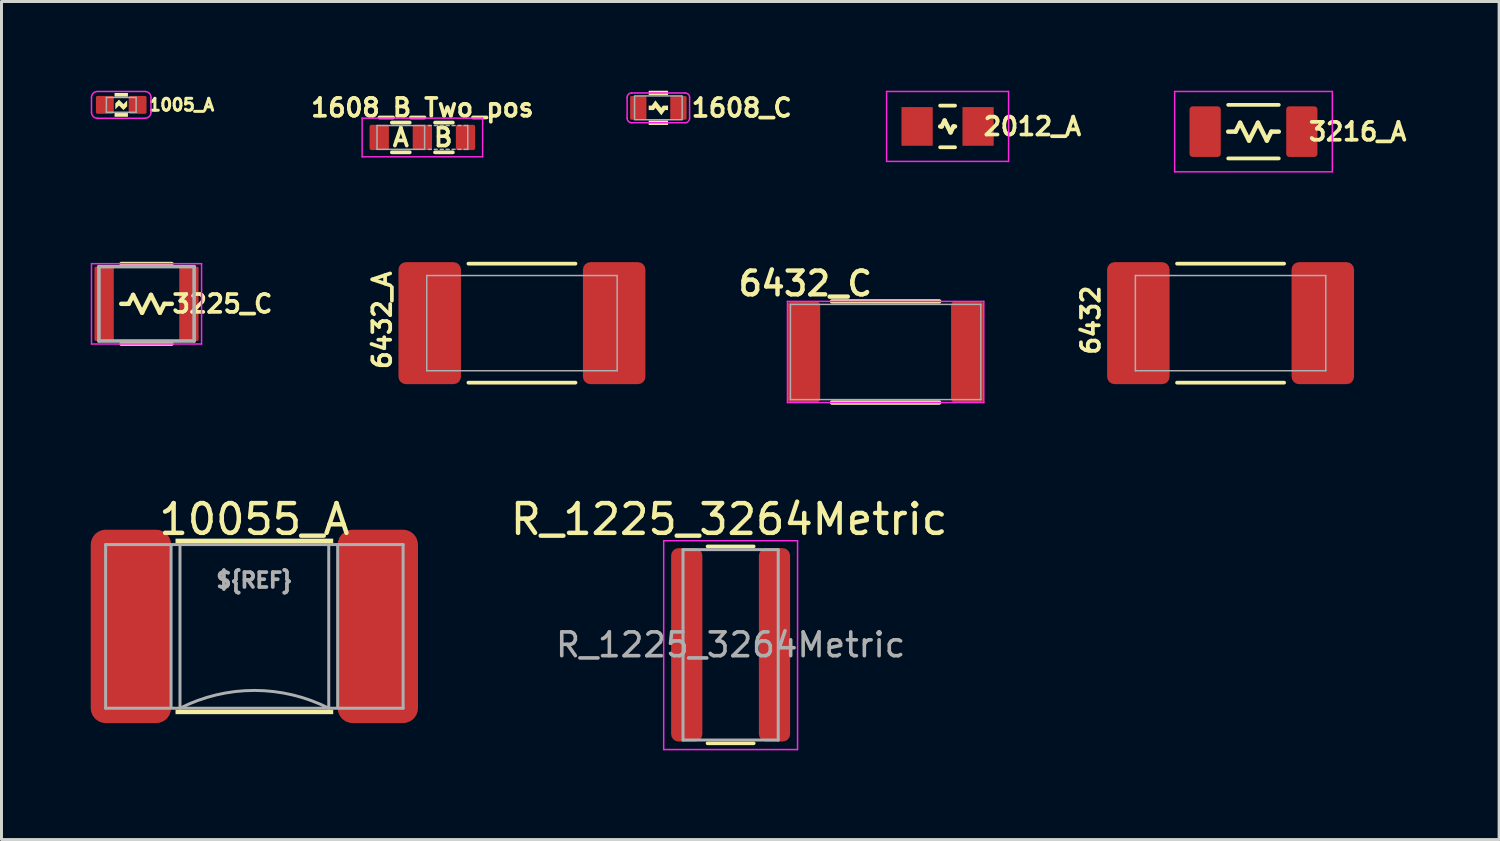
<source format=kicad_pcb>
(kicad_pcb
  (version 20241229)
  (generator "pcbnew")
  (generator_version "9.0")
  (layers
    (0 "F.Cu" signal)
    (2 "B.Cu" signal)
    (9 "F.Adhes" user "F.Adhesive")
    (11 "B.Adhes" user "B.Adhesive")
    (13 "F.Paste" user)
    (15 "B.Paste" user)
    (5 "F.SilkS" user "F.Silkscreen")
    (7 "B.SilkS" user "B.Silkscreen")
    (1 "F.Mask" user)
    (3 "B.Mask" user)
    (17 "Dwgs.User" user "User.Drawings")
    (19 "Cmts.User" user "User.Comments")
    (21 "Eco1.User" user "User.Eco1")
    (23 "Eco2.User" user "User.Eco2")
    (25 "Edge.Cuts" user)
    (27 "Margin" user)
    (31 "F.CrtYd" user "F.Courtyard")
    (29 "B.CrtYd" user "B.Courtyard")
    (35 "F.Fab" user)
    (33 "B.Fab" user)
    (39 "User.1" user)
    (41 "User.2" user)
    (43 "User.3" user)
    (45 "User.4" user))
  (footprint "10055_A"
    (layer "F.Cu")
    (at 5.5 18.005)
    (property "Reference" "10055_A" (at 0 -3.6 0) (unlocked yes) (layer "F.SilkS") (effects (font (size 1 1) (thickness 0.15))))
    (attr smd)
    (fp_rect (start -2.65 -2.8) (end 2.65 -2.95) (stroke (width 0) (type solid)) (fill yes) (layer "F.SilkS"))
    (fp_rect (start -2.65 2.95) (end 2.65 2.8) (stroke (width 0) (type solid)) (fill yes) (layer "F.SilkS"))
    (fp_line (start -5 -2.75) (end 5 -2.75) (stroke (width 0.1) (type solid)) (layer "F.Fab"))
    (fp_line (start -5 2.75) (end -5 -2.75) (stroke (width 0.1) (type solid)) (layer "F.Fab"))
    (fp_line (start -2.8 -2.7) (end -2.8 2.7) (stroke (width 0.1) (type solid)) (layer "F.Fab"))
    (fp_line (start -2.5 -2.75) (end -2.5 2.75) (stroke (width 0.1) (type solid)) (layer "F.Fab"))
    (fp_line (start 2.5 -2.75) (end 2.5 2.75) (stroke (width 0.1) (type solid)) (layer "F.Fab"))
    (fp_line (start 2.8 -2.75) (end 2.8 2.7) (stroke (width 0.1) (type solid)) (layer "F.Fab"))
    (fp_line (start 5 -2.75) (end 5 2.75) (stroke (width 0.1) (type solid)) (layer "F.Fab"))
    (fp_line (start 5 2.75) (end -5 2.75) (stroke (width 0.1) (type solid)) (layer "F.Fab"))
    (fp_arc (start -2.5 2.75) (mid 0 2.15228) (end 2.5 2.75) (stroke (width 0.1) (type solid)) (layer "F.Fab"))
    (fp_text user "${REF}" (at 0 -1.55 0) (unlocked yes) (layer "F.Fab") (effects (font (size 0.5 0.5) (thickness 0.125))))
    (pad "1" smd roundrect (at -4.15 0) (size 2.7 6.5) (layers "F.Cu" "F.Mask" "F.Paste") (roundrect_rratio 0.185))
    (pad "2" smd roundrect (at 4.15 0) (size 2.7 6.5) (layers "F.Cu" "F.Mask" "F.Paste") (roundrect_rratio 0.185)))
  (footprint "3216_A"
    (layer "F.Cu")
    (at 39.083 1.375)
    (property "Reference" "3216_A" (at 3.5 0 0) (layer "F.SilkS") (effects (font (size 0.6 0.6) (thickness 0.125))))
    (attr smd)
    (fp_line (start -0.85 -0.9) (end 0.85 -0.9) (stroke (width 0.127) (type solid)) (layer "F.SilkS"))
    (fp_line (start -0.85 0) (end -0.6 0) (stroke (width 0.15) (type solid)) (layer "F.SilkS"))
    (fp_line (start -0.85 0.9) (end 0.85 0.9) (stroke (width 0.127) (type solid)) (layer "F.SilkS"))
    (fp_line (start -0.6 0) (end -0.45 -0.3) (stroke (width 0.15) (type solid)) (layer "F.SilkS"))
    (fp_line (start -0.45 -0.3) (end -0.15 0.3) (stroke (width 0.15) (type solid)) (layer "F.SilkS"))
    (fp_line (start -0.15 0.3) (end 0.15 -0.3) (stroke (width 0.15) (type solid)) (layer "F.SilkS"))
    (fp_line (start 0.15 -0.3) (end 0.45 0.3) (stroke (width 0.15) (type solid)) (layer "F.SilkS"))
    (fp_line (start 0.45 0.3) (end 0.6 0) (stroke (width 0.15) (type solid)) (layer "F.SilkS"))
    (fp_line (start 0.6 0) (end 0.85 0) (stroke (width 0.15) (type solid)) (layer "F.SilkS"))
    (fp_line (start -2.65 -1.35) (end -2.65 1.35) (stroke (width 0.05) (type solid)) (layer "F.CrtYd"))
    (fp_line (start -2.65 -1.35) (end 2.65 -1.35) (stroke (width 0.05) (type solid)) (layer "F.CrtYd"))
    (fp_line (start 2.65 -1.35) (end 2.65 1.35) (stroke (width 0.05) (type solid)) (layer "F.CrtYd"))
    (fp_line (start 2.65 1.35) (end -2.65 1.35) (stroke (width 0.05) (type solid)) (layer "F.CrtYd"))
    (pad "1" smd roundrect (at -1.625 0) (size 1.05 1.7) (layers "F.Cu" "F.Mask" "F.Paste") (roundrect_rratio 0.1))
    (pad "2" smd roundrect (at 1.625 0) (size 1.05 1.7) (layers "F.Cu" "F.Mask" "F.Paste") (roundrect_rratio 0.1)))
  (footprint "6432_A"
    (layer "F.Cu")
    (at 14.494 7.812)
    (property "Reference" "6432_A" (at -4.7 -0.1 90) (layer "F.SilkS") (effects (font (size 0.6 0.6) (thickness 0.125))))
    (attr through_hole)
    (fp_line (start -1.8 -2) (end 1.8 -2) (stroke (width 0.125) (type solid)) (layer "F.SilkS"))
    (fp_line (start -1.8 2) (end 1.8 2) (stroke (width 0.125) (type solid)) (layer "F.SilkS"))
    (fp_line (start -3.2 -1.6) (end 3.2 -1.6) (stroke (width 0.05) (type solid)) (layer "F.Fab"))
    (fp_line (start -3.2 1.6) (end -3.2 -1.6) (stroke (width 0.05) (type solid)) (layer "F.Fab"))
    (fp_line (start 3.2 -1.6) (end 3.2 1.6) (stroke (width 0.05) (type solid)) (layer "F.Fab"))
    (fp_line (start 3.2 1.6) (end -3.2 1.6) (stroke (width 0.05) (type solid)) (layer "F.Fab"))
    (pad "1" smd roundrect (at -3.1 0) (size 2.1 4.1) (layers "F.Cu" "F.Mask" "F.Paste") (roundrect_rratio 0.119))
    (pad "2" smd roundrect (at 3.1 0) (size 2.1 4.1) (layers "F.Cu" "F.Mask" "F.Paste") (roundrect_rratio 0.119)))
  (footprint "1005_A"
    (layer "F.Cu")
    (at 1.025 0.475)
    (property "Reference" "1005_A" (at 0.875 0 0) (unlocked yes) (layer "F.SilkS") (effects (font (size 0.4 0.4) (thickness 0.1)) (justify left)))
    (attr smd)
    (fp_poly (pts (xy 0.225 -0.275) (xy -0.225 -0.275) (xy -0.225 -0.4) (xy 0.225 -0.4)) (stroke (width 0) (type solid)) (fill yes) (layer "F.SilkS"))
    (fp_poly (pts (xy 0.225 0.4) (xy -0.225 0.4) (xy -0.225 0.275) (xy 0.225 0.275)) (stroke (width 0) (type solid)) (fill yes) (layer "F.SilkS"))
    (fp_poly (pts (xy 0.075 -0.025) (xy 0.2 -0.15) (xy 0.2 0.05) (xy 0.075 0.175) (xy -0.075 0.025) (xy -0.2 0.15) (xy -0.2 -0.05) (xy -0.075 -0.175)) (stroke (width 0) (type solid)) (fill yes) (layer "F.SilkS"))
    (fp_line (start -1 0.25) (end -1 -0.25) (stroke (width 0.05) (type solid)) (layer "F.CrtYd"))
    (fp_line (start -0.8 -0.45) (end 0.8 -0.45) (stroke (width 0.05) (type solid)) (layer "F.CrtYd"))
    (fp_line (start 0.8 0.45) (end -0.8 0.45) (stroke (width 0.05) (type solid)) (layer "F.CrtYd"))
    (fp_line (start 1 -0.25) (end 1 0.25) (stroke (width 0.05) (type solid)) (layer "F.CrtYd"))
    (fp_arc (start -1 -0.25) (mid -0.941421 -0.391421) (end -0.8 -0.45) (stroke (width 0.05) (type solid)) (layer "F.CrtYd"))
    (fp_arc (start -0.8 0.45) (mid -0.941421 0.391421) (end -1 0.25) (stroke (width 0.05) (type solid)) (layer "F.CrtYd"))
    (fp_arc (start 0.8 -0.45) (mid 0.941421 -0.391421) (end 1 -0.25) (stroke (width 0.05) (type solid)) (layer "F.CrtYd"))
    (fp_arc (start 1 0.25) (mid 0.941421 0.391421) (end 0.8 0.45) (stroke (width 0.05) (type solid)) (layer "F.CrtYd"))
    (fp_line (start -0.5 -0.25) (end 0.5 -0.25) (stroke (width 0.05) (type solid)) (layer "F.Fab"))
    (fp_line (start -0.5 0.25) (end -0.5 -0.25) (stroke (width 0.05) (type solid)) (layer "F.Fab"))
    (fp_line (start 0.5 -0.25) (end 0.5 0.25) (stroke (width 0.05) (type solid)) (layer "F.Fab"))
    (fp_line (start 0.5 0.25) (end -0.5 0.25) (stroke (width 0.05) (type solid)) (layer "F.Fab"))
    (pad "1" smd roundrect (at -0.55 0) (size 0.6 0.6) (layers "F.Cu" "F.Mask" "F.Paste") (roundrect_rratio 0.083))
    (pad "2" smd roundrect (at 0.55 0) (size 0.6 0.6) (layers "F.Cu" "F.Mask" "F.Paste") (roundrect_rratio 0.083)))
  (footprint "2012_A"
    (layer "F.Cu")
    (at 28.801 1.2)
    (property "Reference" "2012_A" (at 2.85 0 0) (layer "F.SilkS") (effects (font (size 0.6 0.6) (thickness 0.125))))
    (attr smd)
    (fp_line (start -0.25 -0.7) (end 0.25 -0.7) (stroke (width 0.127) (type solid)) (layer "F.SilkS"))
    (fp_line (start -0.25 0) (end -0.2 0) (stroke (width 0.15) (type solid)) (layer "F.SilkS"))
    (fp_line (start -0.25 0.7) (end 0.25 0.7) (stroke (width 0.127) (type solid)) (layer "F.SilkS"))
    (fp_line (start -0.2 0) (end -0.1 -0.2) (stroke (width 0.15) (type solid)) (layer "F.SilkS"))
    (fp_line (start -0.1 -0.2) (end 0.1 0.2) (stroke (width 0.15) (type solid)) (layer "F.SilkS"))
    (fp_line (start 0.1 0.2) (end 0.2 0) (stroke (width 0.15) (type solid)) (layer "F.SilkS"))
    (fp_line (start 0.2 0) (end 0.25 0) (stroke (width 0.15) (type solid)) (layer "F.SilkS"))
    (fp_line (start -2.05 -1.175) (end 2.05 -1.175) (stroke (width 0.05) (type solid)) (layer "F.CrtYd"))
    (fp_line (start -2.05 1.175) (end -2.05 -1.175) (stroke (width 0.05) (type solid)) (layer "F.CrtYd"))
    (fp_line (start 2.05 -1.175) (end 2.05 1.175) (stroke (width 0.05) (type solid)) (layer "F.CrtYd"))
    (fp_line (start 2.05 1.175) (end -2.05 1.175) (stroke (width 0.05) (type solid)) (layer "F.CrtYd"))
    (pad "1" smd rect (at -1.025 0) (size 1.05 1.3) (layers "F.Cu" "F.Mask" "F.Paste"))
    (pad "2" smd rect (at 1.025 0) (size 1.05 1.3) (layers "F.Cu" "F.Mask" "F.Paste")))
  (footprint "1608_B_Two_pos"
    (layer "F.Cu")
    (at 11.147 1.57)
    (property "Reference" "1608_B_Two_pos" (at 0 -1 0) (layer "F.SilkS") (effects (font (size 0.6 0.6) (thickness 0.125))))
    (attr smd)
    (fp_line (start -1.025 -0.5) (end -0.425 -0.5) (stroke (width 0.127) (type solid)) (layer "F.SilkS"))
    (fp_line (start -1.025 0.5) (end -0.425 0.5) (stroke (width 0.127) (type solid)) (layer "F.SilkS"))
    (fp_line (start 0.425 -0.5) (end 1.025 -0.5) (stroke (width 0.125) (type solid)) (layer "F.SilkS"))
    (fp_line (start 0.425 0.5) (end 1.025 0.5) (stroke (width 0.125) (type solid)) (layer "F.SilkS"))
    (fp_line (start -2.025 -0.65) (end 2.025 -0.65) (stroke (width 0.05) (type solid)) (layer "F.CrtYd"))
    (fp_line (start -2.025 0.65) (end -2.025 -0.65) (stroke (width 0.05) (type solid)) (layer "F.CrtYd"))
    (fp_line (start 2.025 -0.65) (end 2.025 0.65) (stroke (width 0.05) (type solid)) (layer "F.CrtYd"))
    (fp_line (start 2.025 0.65) (end -2.025 0.65) (stroke (width 0.05) (type solid)) (layer "F.CrtYd"))
    (fp_line (start -1.525 -0.4) (end -1.525 0.4) (stroke (width 0.05) (type solid)) (layer "F.Fab"))
    (fp_line (start -1.525 -0.4) (end 0.075 -0.4) (stroke (width 0.05) (type solid)) (layer "F.Fab"))
    (fp_line (start -1.525 0.4) (end 0.075 0.4) (stroke (width 0.05) (type solid)) (layer "F.Fab"))
    (fp_line (start 0.075 -0.4) (end 0.075 0.4) (stroke (width 0.05) (type solid)) (layer "F.Fab"))
    (fp_line (start 0.2 -0.4) (end 0.3 -0.4) (stroke (width 0.05) (type solid)) (layer "F.Fab"))
    (fp_line (start 0.2 0.4) (end 0.3 0.4) (stroke (width 0.05) (type solid)) (layer "F.Fab"))
    (fp_line (start 0.4 -0.4) (end 0.5 -0.4) (stroke (width 0.05) (type solid)) (layer "F.Fab"))
    (fp_line (start 0.4 0.4) (end 0.5 0.4) (stroke (width 0.05) (type solid)) (layer "F.Fab"))
    (fp_line (start 0.6 -0.4) (end 0.7 -0.4) (stroke (width 0.05) (type solid)) (layer "F.Fab"))
    (fp_line (start 0.6 0.4) (end 0.7 0.4) (stroke (width 0.05) (type solid)) (layer "F.Fab"))
    (fp_line (start 0.8 -0.4) (end 0.9 -0.4) (stroke (width 0.05) (type solid)) (layer "F.Fab"))
    (fp_line (start 0.8 0.4) (end 0.9 0.4) (stroke (width 0.05) (type solid)) (layer "F.Fab"))
    (fp_line (start 1 -0.4) (end 1.1 -0.4) (stroke (width 0.05) (type solid)) (layer "F.Fab"))
    (fp_line (start 1 0.4) (end 1.1 0.4) (stroke (width 0.05) (type solid)) (layer "F.Fab"))
    (fp_line (start 1.2 -0.4) (end 1.3 -0.4) (stroke (width 0.05) (type solid)) (layer "F.Fab"))
    (fp_line (start 1.2 0.4) (end 1.3 0.4) (stroke (width 0.05) (type solid)) (layer "F.Fab"))
    (fp_line (start 1.525 -0.4) (end 1.4 -0.4) (stroke (width 0.05) (type solid)) (layer "F.Fab"))
    (fp_line (start 1.525 -0.4) (end 1.525 0.4) (stroke (width 0.05) (type solid)) (layer "F.Fab"))
    (fp_line (start 1.525 0.4) (end 1.4 0.4) (stroke (width 0.05) (type solid)) (layer "F.Fab"))
    (fp_text user "B" (at 0.7 0 0) (layer "F.SilkS") (effects (font (size 0.6 0.6) (thickness 0.125))))
    (fp_text user "A" (at -0.725 0 0) (layer "F.SilkS") (effects (font (size 0.6 0.6) (thickness 0.125))))
    (pad "1" smd roundrect (at -1.45 0) (size 0.65 0.85) (layers "F.Cu" "F.Mask" "F.Paste") (roundrect_rratio 0.1))
    (pad "2" smd roundrect (at 0 0) (size 0.65 0.85) (layers "F.Cu" "F.Mask" "F.Paste") (roundrect_rratio 0.1))
    (pad "3" smd roundrect (at 1.45 0) (size 0.65 0.85) (layers "F.Cu" "F.Mask" "F.Paste") (roundrect_rratio 0.1)))
  (footprint "6432"
    (layer "F.Cu")
    (at 38.313 7.812)
    (property "Reference" "6432" (at -4.7 -0.1 90) (layer "F.SilkS") (effects (font (size 0.6 0.6) (thickness 0.125))))
    (attr through_hole)
    (fp_line (start -1.8 -2) (end 1.8 -2) (stroke (width 0.125) (type solid)) (layer "F.SilkS"))
    (fp_line (start -1.8 2) (end 1.8 2) (stroke (width 0.125) (type solid)) (layer "F.SilkS"))
    (fp_line (start -3.2 -1.6) (end 3.2 -1.6) (stroke (width 0.05) (type solid)) (layer "F.Fab"))
    (fp_line (start -3.2 1.6) (end -3.2 -1.6) (stroke (width 0.05) (type solid)) (layer "F.Fab"))
    (fp_line (start 3.2 -1.6) (end 3.2 1.6) (stroke (width 0.05) (type solid)) (layer "F.Fab"))
    (fp_line (start 3.2 1.6) (end -3.2 1.6) (stroke (width 0.05) (type solid)) (layer "F.Fab"))
    (pad "1" smd roundrect (at -3.1 0) (size 2.1 4.1) (layers "F.Cu" "F.Mask" "F.Paste") (roundrect_rratio 0.119))
    (pad "2" smd roundrect (at 3.1 0) (size 2.1 4.1) (layers "F.Cu" "F.Mask" "F.Paste") (roundrect_rratio 0.119)))
  (footprint "6432_C"
    (layer "F.Cu")
    (at 26.718 8.781)
    (property "Reference" "6432_C" (at -2.7 -2.3 0) (layer "F.SilkS") (effects (font (size 0.8 0.8) (thickness 0.15))))
    (attr smd)
    (fp_line (start -1.8 -1.7) (end 1.8 -1.7) (stroke (width 0.15) (type solid)) (layer "F.SilkS"))
    (fp_line (start -1.8 1.7) (end 1.8 1.7) (stroke (width 0.15) (type solid)) (layer "F.SilkS"))
    (fp_line (start -3.3 -1.7) (end 3.3 -1.7) (stroke (width 0.05) (type solid)) (layer "F.CrtYd"))
    (fp_line (start -3.3 1.7) (end -3.3 -1.7) (stroke (width 0.05) (type solid)) (layer "F.CrtYd"))
    (fp_line (start 3.3 -1.7) (end 3.3 1.7) (stroke (width 0.05) (type solid)) (layer "F.CrtYd"))
    (fp_line (start 3.3 1.7) (end -3.3 1.7) (stroke (width 0.05) (type solid)) (layer "F.CrtYd"))
    (fp_line (start -3.2 -1.6) (end 3.2 -1.6) (stroke (width 0.05) (type solid)) (layer "F.Fab"))
    (fp_line (start -3.2 1.6) (end -3.2 -1.6) (stroke (width 0.05) (type solid)) (layer "F.Fab"))
    (fp_line (start 3.2 -1.6) (end 3.2 1.6) (stroke (width 0.05) (type solid)) (layer "F.Fab"))
    (fp_line (start 3.2 1.6) (end -3.2 1.6) (stroke (width 0.05) (type solid)) (layer "F.Fab"))
    (pad "1" smd roundrect (at -2.75 0) (size 1.1 3.4) (layers "F.Cu" "F.Mask" "F.Paste") (roundrect_rratio 0.119))
    (pad "2" smd roundrect (at 2.75 0) (size 1.1 3.4) (layers "F.Cu" "F.Mask" "F.Paste") (roundrect_rratio 0.119)))
  (footprint "1608_C"
    (layer "F.Cu")
    (at 19.079 0.575)
    (property "Reference" "1608_C" (at 1.05 0 0) (layer "F.SilkS") (effects (font (size 0.6 0.6) (thickness 0.125)) (justify left)))
    (attr smd)
    (fp_poly (pts (xy 0.325 -0.425) (xy -0.325 -0.425) (xy -0.325 -0.575) (xy 0.325 -0.575)) (stroke (width 0) (type solid)) (fill yes) (layer "F.SilkS"))
    (fp_poly (pts (xy 0.325 0.575) (xy -0.325 0.575) (xy -0.325 0.425) (xy 0.325 0.425)) (stroke (width 0) (type solid)) (fill yes) (layer "F.SilkS"))
    (fp_poly (pts (xy 0.1 0) (xy 0.15 -0.075) (xy 0.325 -0.075) (xy 0.325 0.075) (xy 0.225 0.075) (xy 0.1 0.25) (xy -0.1 0) (xy -0.15 0.075) (xy -0.325 0.075) (xy -0.325 -0.075) (xy -0.225 -0.075) (xy -0.1 -0.25)) (stroke (width 0) (type solid)) (fill yes) (layer "F.SilkS"))
    (fp_line (start -1.05 0.35) (end -1.05 -0.35) (stroke (width 0.05) (type solid)) (layer "F.CrtYd"))
    (fp_line (start -0.9 -0.5) (end 0.9 -0.5) (stroke (width 0.05) (type solid)) (layer "F.CrtYd"))
    (fp_line (start 0.9 0.5) (end -0.9 0.5) (stroke (width 0.05) (type solid)) (layer "F.CrtYd"))
    (fp_line (start 1.05 -0.35) (end 1.05 0.35) (stroke (width 0.05) (type solid)) (layer "F.CrtYd"))
    (fp_arc (start -1.05 -0.35) (mid -1.006066 -0.456066) (end -0.9 -0.5) (stroke (width 0.05) (type solid)) (layer "F.CrtYd"))
    (fp_arc (start -0.9 0.5) (mid -1.006066 0.456066) (end -1.05 0.35) (stroke (width 0.05) (type solid)) (layer "F.CrtYd"))
    (fp_arc (start 0.9 -0.5) (mid 1.006066 -0.456066) (end 1.05 -0.35) (stroke (width 0.05) (type solid)) (layer "F.CrtYd"))
    (fp_arc (start 1.05 0.35) (mid 1.006066 0.456066) (end 0.9 0.5) (stroke (width 0.05) (type solid)) (layer "F.CrtYd"))
    (fp_rect (start -0.8 -0.4) (end 0.8 0.4) (stroke (width 0.05) (type solid)) (fill no) (layer "F.Fab"))
    (pad "1" smd roundrect (at -0.675 0) (size 0.55 0.8) (layers "F.Cu" "F.Mask" "F.Paste") (roundrect_rratio 0.1))
    (pad "2" smd roundrect (at 0.675 0) (size 0.55 0.8) (layers "F.Cu" "F.Mask" "F.Paste") (roundrect_rratio 0.1)))
  (footprint "R_1225_3264Metric"
    (layer "F.Cu")
    (at 21.508 18.625)
    (property "Reference" "R_1225_3264Metric" (at -0.05 -4.22 0) (layer "F.SilkS") (effects (font (size 1 1) (thickness 0.15))))
    (attr smd)
    (fp_line (start -0.777 -3.31) (end 0.777 -3.31) (stroke (width 0.12) (type solid)) (layer "F.SilkS"))
    (fp_line (start -0.777 3.31) (end 0.777 3.31) (stroke (width 0.12) (type solid)) (layer "F.SilkS"))
    (fp_line (start -2.25 -3.5) (end 2.25 -3.5) (stroke (width 0.05) (type solid)) (layer "F.CrtYd"))
    (fp_line (start -2.25 3.52) (end -2.25 -3.5) (stroke (width 0.05) (type solid)) (layer "F.CrtYd"))
    (fp_line (start 2.25 -3.5) (end 2.25 3.52) (stroke (width 0.05) (type solid)) (layer "F.CrtYd"))
    (fp_line (start 2.25 3.52) (end -2.25 3.52) (stroke (width 0.05) (type solid)) (layer "F.CrtYd"))
    (fp_line (start -1.6 -3.2) (end 1.6 -3.2) (stroke (width 0.1) (type solid)) (layer "F.Fab"))
    (fp_line (start -1.6 3.2) (end -1.6 -3.2) (stroke (width 0.1) (type solid)) (layer "F.Fab"))
    (fp_line (start 1.6 -3.2) (end 1.6 3.2) (stroke (width 0.1) (type solid)) (layer "F.Fab"))
    (fp_line (start 1.6 3.2) (end -1.6 3.2) (stroke (width 0.1) (type solid)) (layer "F.Fab"))
    (fp_text user "${REFERENCE}" (at 0 0 0) (layer "F.Fab") (effects (font (size 0.8 0.8) (thickness 0.12))))
    (pad "1" smd roundrect (at -1.475 0) (size 1.05 6.5) (layers "F.Cu" "F.Mask" "F.Paste") (roundrect_rratio 0.238))
    (pad "2" smd roundrect (at 1.475 0) (size 1.05 6.5) (layers "F.Cu" "F.Mask" "F.Paste") (roundrect_rratio 0.238)))
  (footprint "3225_C"
    (layer "F.Cu")
    (at 1.875 7.162)
    (property "Reference" "3225_C" (at 2.55 0 0) (layer "F.SilkS") (effects (font (size 0.6 0.6) (thickness 0.125))))
    (attr smd)
    (fp_line (start -0.85 -1.35) (end 0.85 -1.35) (stroke (width 0.125) (type solid)) (layer "F.SilkS"))
    (fp_line (start -0.85 0) (end -0.6 0) (stroke (width 0.15) (type solid)) (layer "F.SilkS"))
    (fp_line (start -0.85 1.35) (end 0.85 1.35) (stroke (width 0.127) (type solid)) (layer "F.SilkS"))
    (fp_line (start -0.6 0) (end -0.45 -0.3) (stroke (width 0.15) (type solid)) (layer "F.SilkS"))
    (fp_line (start -0.45 -0.3) (end -0.15 0.3) (stroke (width 0.15) (type solid)) (layer "F.SilkS"))
    (fp_line (start -0.15 0.3) (end 0.15 -0.3) (stroke (width 0.15) (type solid)) (layer "F.SilkS"))
    (fp_line (start 0.15 -0.3) (end 0.45 0.3) (stroke (width 0.15) (type solid)) (layer "F.SilkS"))
    (fp_line (start 0.45 0.3) (end 0.6 0) (stroke (width 0.15) (type solid)) (layer "F.SilkS"))
    (fp_line (start 0.6 0) (end 0.85 0) (stroke (width 0.15) (type solid)) (layer "F.SilkS"))
    (fp_line (start -1.85 -1.35) (end -1.85 1.35) (stroke (width 0.05) (type solid)) (layer "F.CrtYd"))
    (fp_line (start -1.85 -1.35) (end 1.85 -1.35) (stroke (width 0.05) (type solid)) (layer "F.CrtYd"))
    (fp_line (start 1.85 -1.35) (end 1.85 1.35) (stroke (width 0.05) (type solid)) (layer "F.CrtYd"))
    (fp_line (start 1.85 1.35) (end -1.85 1.35) (stroke (width 0.05) (type solid)) (layer "F.CrtYd"))
    (fp_line (start -1.6 -1.25) (end 1.6 -1.25) (stroke (width 0.12) (type solid)) (layer "F.Fab"))
    (fp_line (start -1.6 1.25) (end -1.6 -1.25) (stroke (width 0.12) (type solid)) (layer "F.Fab"))
    (fp_line (start 1.6 -1.25) (end 1.6 1.25) (stroke (width 0.12) (type solid)) (layer "F.Fab"))
    (fp_line (start 1.6 1.25) (end -1.6 1.25) (stroke (width 0.12) (type solid)) (layer "F.Fab"))
    (pad "1" smd roundrect (at -1.425 0) (size 0.65 2.5) (layers "F.Cu" "F.Mask" "F.Paste") (roundrect_rratio 0.077))
    (pad "2" smd roundrect (at 1.425 0) (size 0.65 2.5) (layers "F.Cu" "F.Mask" "F.Paste") (roundrect_rratio 0.077)))
  (gr_rect
    (start -3 -3)
    (end 47.339 25.169)
    (stroke (width 0.1) (type default))
    (fill no)
    (layer "Edge.Cuts")))
</source>
